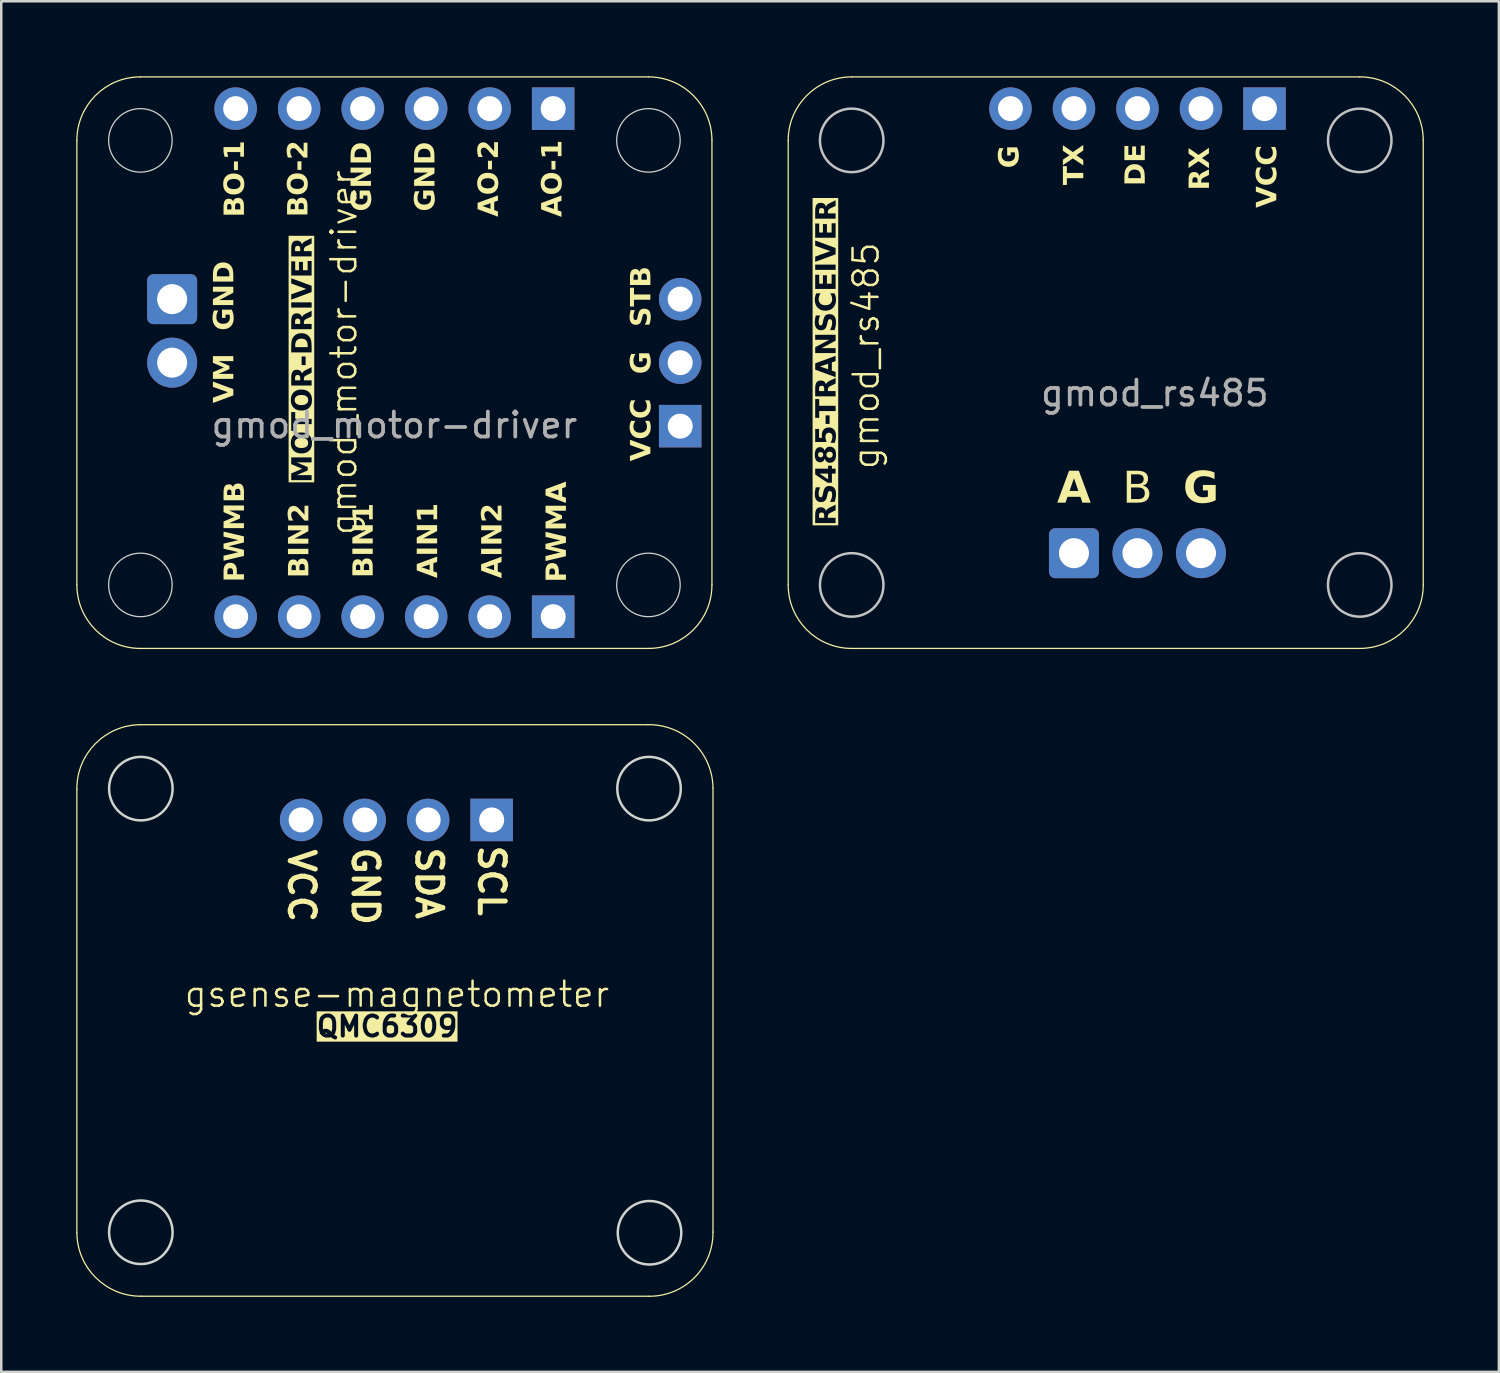
<source format=kicad_pcb>
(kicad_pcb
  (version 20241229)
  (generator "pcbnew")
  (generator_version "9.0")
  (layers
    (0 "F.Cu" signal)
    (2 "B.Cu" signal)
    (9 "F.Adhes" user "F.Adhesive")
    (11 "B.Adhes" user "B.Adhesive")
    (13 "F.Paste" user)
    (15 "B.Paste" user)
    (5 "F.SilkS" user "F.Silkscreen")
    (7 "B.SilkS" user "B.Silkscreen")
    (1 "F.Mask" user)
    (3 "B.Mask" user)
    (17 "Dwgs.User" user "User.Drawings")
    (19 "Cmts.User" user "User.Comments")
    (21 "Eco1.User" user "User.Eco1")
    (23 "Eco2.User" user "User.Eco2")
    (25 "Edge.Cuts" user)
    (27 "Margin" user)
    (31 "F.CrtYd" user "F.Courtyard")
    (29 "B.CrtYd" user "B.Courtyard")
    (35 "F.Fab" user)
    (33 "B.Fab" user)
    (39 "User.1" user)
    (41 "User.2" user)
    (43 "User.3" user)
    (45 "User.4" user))
  (footprint "gmod_motor-driver"
    (layer "F.Cu")
    (at 12.725 11.455)
    (property "Reference" "gmod_motor-driver" (at -2.025 -0.4 90) (unlocked yes) (layer "F.SilkS") (effects (font (size 1 1) (thickness 0.1))))
    (attr smd)
    (fp_line (start -12.7 -8.89) (end -12.7 8.89) (stroke (width 0.05) (type solid)) (layer "F.SilkS"))
    (fp_line (start -10.16 -11.43) (end 10.16 -11.43) (stroke (width 0.05) (type solid)) (layer "F.SilkS"))
    (fp_line (start -10.16 11.43) (end 10.16 11.43) (stroke (width 0.05) (type solid)) (layer "F.SilkS"))
    (fp_line (start 12.7 8.89) (end 12.7 -8.89) (stroke (width 0.05) (type solid)) (layer "F.SilkS"))
    (fp_arc (start -12.7 -8.89) (mid -11.956051 -10.686051) (end -10.16 -11.43) (stroke (width 0.05) (type solid)) (layer "F.SilkS"))
    (fp_arc (start -10.16 11.43) (mid -11.956051 10.686051) (end -12.7 8.89) (stroke (width 0.05) (type solid)) (layer "F.SilkS"))
    (fp_arc (start 10.16 -11.43) (mid 11.956051 -10.686051) (end 12.7 -8.89) (stroke (width 0.05) (type solid)) (layer "F.SilkS"))
    (fp_arc (start 12.7 8.89) (mid 11.956051 10.686051) (end 10.16 11.43) (stroke (width 0.05) (type solid)) (layer "F.SilkS"))
    (fp_circle (center -10.16 -8.89) (end -10.16 -10.16) (stroke (width 0.05) (type default)) (fill no) (layer "Edge.Cuts"))
    (fp_circle (center -10.16 8.89) (end -10.16 7.62) (stroke (width 0.05) (type default)) (fill no) (layer "Edge.Cuts"))
    (fp_circle (center 10.16 -8.89) (end 10.16 -10.16) (stroke (width 0.05) (type default)) (fill no) (layer "Edge.Cuts"))
    (fp_circle (center 10.16 8.89) (end 10.16 7.62) (stroke (width 0.05) (type default)) (fill no) (layer "Edge.Cuts"))
    (fp_text user "BIN1" (at -1.199 7.112 90) (unlocked yes) (layer "F.SilkS") (effects (font (face "Lexend") (size 0.8 0.8) (thickness 0.16) (bold yes))))
    (fp_text user "GND" (at -1.27 -7.441 90) (unlocked yes) (layer "F.SilkS") (effects (font (face "Lexend") (size 0.8 0.8) (thickness 0.16) (bold yes))))
    (fp_text user "GND" (at -6.775 -2.675 90) (unlocked yes) (layer "F.SilkS") (effects (font (face "Lexend") (size 0.8 0.8) (thickness 0.16) (bold yes))))
    (fp_text user "VCC" (at 9.906 2.689 90) (unlocked yes) (layer "F.SilkS") (effects (font (face "Lexend") (size 0.8 0.8) (thickness 0.2) (bold yes))))
    (fp_text user "BIN2" (at -3.774 7.119 90) (unlocked yes) (layer "F.SilkS") (effects (font (face "Lexend") (size 0.8 0.8) (thickness 0.16) (bold yes))))
    (fp_text user "AIN2" (at 3.952 7.123 90) (unlocked yes) (layer "F.SilkS") (effects (font (face "Lexend") (size 0.8 0.8) (thickness 0.16) (bold yes))))
    (fp_text user "BO-1" (at -6.35 -7.351 90) (unlocked yes) (layer "F.SilkS") (effects (font (face "Lexend") (size 0.8 0.8) (thickness 0.16) (bold yes))))
    (fp_text user "MOTOR-DRIVER" (at -3.175 4.801 90) (unlocked yes) (layer "F.SilkS" knockout) (effects (font (face "Lexend") (size 0.8 0.8) (thickness 0.16) (bold yes)) (justify left bottom)))
    (fp_text user "G" (at 9.906 0 90) (unlocked yes) (layer "F.SilkS") (effects (font (face "Lexend") (size 0.8 0.8) (thickness 0.16) (bold yes))))
    (fp_text user "PWMB" (at -6.35 6.766 90) (unlocked yes) (layer "F.SilkS") (effects (font (face "Lexend") (size 0.8 0.8) (thickness 0.16) (bold yes))))
    (fp_text user "BO-2" (at -3.81 -7.358 90) (unlocked yes) (layer "F.SilkS") (effects (font (face "Lexend") (size 0.8 0.8) (thickness 0.16) (bold yes))))
    (fp_text user "PWMA" (at 6.528 6.77 90) (unlocked yes) (layer "F.SilkS") (effects (font (face "Lexend") (size 0.8 0.8) (thickness 0.16) (bold yes))))
    (fp_text user "GND" (at 1.27 -7.441 90) (unlocked yes) (layer "F.SilkS") (effects (font (face "Lexend") (size 0.8 0.8) (thickness 0.16) (bold yes))))
    (fp_text user "AO-2" (at 3.81 -7.373 90) (unlocked yes) (layer "F.SilkS") (effects (font (face "Lexend") (size 0.8 0.8) (thickness 0.16) (bold yes))))
    (fp_text user "AO-1" (at 6.35 -7.366 90) (unlocked yes) (layer "F.SilkS") (effects (font (face "Lexend") (size 0.8 0.8) (thickness 0.2) (bold yes))))
    (fp_text user "AIN1" (at 1.377 7.116 90) (unlocked yes) (layer "F.SilkS") (effects (font (face "Lexend") (size 0.8 0.8) (thickness 0.16) (bold yes))))
    (fp_text user "STB" (at 9.906 -2.645 90) (unlocked yes) (layer "F.SilkS") (effects (font (face "Lexend") (size 0.8 0.8) (thickness 0.16) (bold yes))))
    (fp_text user "VM" (at -6.775 0.627 90) (unlocked yes) (layer "F.SilkS") (effects (font (face "Lexend") (size 0.8 0.8) (thickness 0.16) (bold yes))))
    (fp_text user "${REFERENCE}" (at 0 2.5 0) (unlocked yes) (layer "F.Fab") (effects (font (size 1 1) (thickness 0.15))))
    (pad "1" thru_hole rect (at 6.35 -10.16 270) (size 1.7 1.7) (drill 1) (layers "*.Cu" "*.Mask"))
    (pad "2" thru_hole circle (at 3.81 -10.16 270) (size 1.7 1.7) (drill 1) (layers "*.Cu" "*.Mask"))
    (pad "3" thru_hole circle (at 1.27 -10.16 270) (size 1.7 1.7) (drill 1) (layers "*.Cu" "*.Mask"))
    (pad "4" thru_hole circle (at -1.27 -10.16 270) (size 1.7 1.7) (drill 1) (layers "*.Cu" "*.Mask"))
    (pad "5" thru_hole circle (at -3.81 -10.16 270) (size 1.7 1.7) (drill 1) (layers "*.Cu" "*.Mask"))
    (pad "6" thru_hole circle (at -6.35 -10.16 270) (size 1.7 1.7) (drill 1) (layers "*.Cu" "*.Mask"))
    (pad "7" thru_hole roundrect (at -8.89 -2.54 270) (size 2 2) (drill 1.2) (layers "*.Cu" "*.Mask") (roundrect_rratio 0.125))
    (pad "8" thru_hole circle (at -8.89 0 270) (size 2 2) (drill 1.2) (layers "*.Cu" "*.Mask"))
    (pad "9" thru_hole circle (at -6.35 10.16 270) (size 1.7 1.7) (drill 1) (layers "*.Cu" "*.Mask"))
    (pad "10" thru_hole circle (at -3.81 10.16 270) (size 1.7 1.7) (drill 1) (layers "*.Cu" "*.Mask"))
    (pad "11" thru_hole circle (at -1.27 10.16 270) (size 1.7 1.7) (drill 1) (layers "*.Cu" "*.Mask"))
    (pad "12" thru_hole circle (at 1.27 10.16 270) (size 1.7 1.7) (drill 1) (layers "*.Cu" "*.Mask"))
    (pad "13" thru_hole circle (at 3.81 10.16 270) (size 1.7 1.7) (drill 1) (layers "*.Cu" "*.Mask"))
    (pad "14" thru_hole rect (at 6.35 10.16 270) (size 1.7 1.7) (drill 1) (layers "*.Cu" "*.Mask"))
    (pad "15" thru_hole rect (at 11.43 2.54 180) (size 1.7 1.7) (drill 1) (layers "*.Cu" "*.Mask"))
    (pad "16" thru_hole circle (at 11.43 0 180) (size 1.7 1.7) (drill 1) (layers "*.Cu" "*.Mask"))
    (pad "17" thru_hole circle (at 11.43 -2.54 180) (size 1.7 1.7) (drill 1) (layers "*.Cu" "*.Mask")))
  (footprint "gsense-magnetometer"
    (layer "F.Cu")
    (at 12.741 37.365)
    (property "Reference" "gsense-magnetometer" (at 0.086 -0.65 0) (unlocked yes) (layer "F.SilkS") (effects (font (size 1 1) (thickness 0.1))))
    (attr smd)
    (fp_line (start -12.716 8.89) (end -12.716 -8.854) (stroke (width 0.05) (type solid)) (layer "F.SilkS"))
    (fp_line (start -10.176 -11.43) (end 10.122 -11.43) (stroke (width 0.05) (type solid)) (layer "F.SilkS"))
    (fp_line (start 10.162 11.43) (end -10.14 11.43) (stroke (width 0.05) (type solid)) (layer "F.SilkS"))
    (fp_line (start 12.726 8.866) (end 12.726 -8.89) (stroke (width 0.05) (type solid)) (layer "F.SilkS"))
    (fp_arc (start -12.716106 -8.853646) (mid -11.979694 -10.667623) (end -10.176365 -11.429739) (stroke (width 0.05) (type solid)) (layer "F.SilkS"))
    (fp_arc (start -10.140272 11.43) (mid -11.954289 10.693628) (end -12.716365 8.890259) (stroke (width 0.05) (type solid)) (layer "F.SilkS"))
    (fp_arc (start 10.121987 -11.429739) (mid 11.954287 -10.70345) (end 12.726403 -8.889998) (stroke (width 0.05) (type solid)) (layer "F.SilkS"))
    (fp_arc (start 12.726403 8.865584) (mid 11.982981 10.686578) (end 10.161987 11.43) (stroke (width 0.05) (type solid)) (layer "F.SilkS"))
    (fp_circle (center -10.158 8.872) (end -8.888 8.872) (stroke (width 0.1) (type solid)) (fill no) (layer "Edge.Cuts"))
    (fp_circle (center -10.158 -8.872) (end -8.888 -8.872) (stroke (width 0.1) (type solid)) (fill no) (layer "Edge.Cuts"))
    (fp_circle (center 10.168 -8.872) (end 11.438 -8.872) (stroke (width 0.1) (type solid)) (fill no) (layer "Edge.Cuts"))
    (fp_circle (center 10.188 8.891) (end 11.458 8.891) (stroke (width 0.1) (type solid)) (fill no) (layer "Edge.Cuts"))
    (fp_text user "GND" (at -1.764 -6.625 270) (unlocked yes) (layer "F.SilkS") (effects (font (size 1 1) (thickness 0.2) (bold yes)) (justify left bottom)))
    (fp_text user "VCC" (at -4.314 -6.55 270) (unlocked yes) (layer "F.SilkS") (effects (font (size 1 1) (thickness 0.2) (bold yes)) (justify left bottom)))
    (fp_text user "SDA" (at 0.786 -6.625 270) (unlocked yes) (layer "F.SilkS") (effects (font (size 1 1) (thickness 0.2) (bold yes)) (justify left bottom)))
    (fp_text user "SCL" (at 3.286 -6.7 270) (unlocked yes) (layer "F.SilkS") (effects (font (size 1 1) (thickness 0.2) (bold yes)) (justify left bottom)))
    (fp_text user "QMC6309\n" (at -0.309 1.11 0) (unlocked yes) (layer "F.SilkS" knockout) (effects (font (size 0.8 0.8) (thickness 0.16) (bold yes)) (justify bottom)))
    (pad "1" thru_hole rect (at 3.874 -7.62 270) (size 1.7 1.7) (drill 1) (layers "*.Cu" "*.Mask"))
    (pad "2" thru_hole circle (at 1.334 -7.62 270) (size 1.7 1.7) (drill 1) (layers "*.Cu" "*.Mask"))
    (pad "3" thru_hole circle (at -1.206 -7.62 270) (size 1.7 1.7) (drill 1) (layers "*.Cu" "*.Mask"))
    (pad "4" thru_hole circle (at -3.746 -7.62 270) (size 1.7 1.7) (drill 1) (layers "*.Cu" "*.Mask")))
  (footprint "gmod_rs485"
    (layer "F.Cu")
    (at 41.965 11.13)
    (property "Reference" "gmod_rs485" (at -10.375 0.05 90) (unlocked yes) (layer "F.SilkS") (effects (font (size 1 1) (thickness 0.1))))
    (attr smd)
    (fp_line (start -13.49 -8.565) (end -13.49 9.215) (stroke (width 0.05) (type solid)) (layer "F.SilkS"))
    (fp_line (start -10.95 -11.105) (end 9.37 -11.105) (stroke (width 0.05) (type solid)) (layer "F.SilkS"))
    (fp_line (start -10.95 11.755) (end 9.37 11.755) (stroke (width 0.05) (type solid)) (layer "F.SilkS"))
    (fp_line (start 11.91 9.215) (end 11.91 -8.565) (stroke (width 0.05) (type solid)) (layer "F.SilkS"))
    (fp_arc (start -13.49 -8.565) (mid -12.746051 -10.361051) (end -10.95 -11.105) (stroke (width 0.05) (type solid)) (layer "F.SilkS"))
    (fp_arc (start -10.95 11.755) (mid -12.746051 11.011051) (end -13.49 9.215) (stroke (width 0.05) (type solid)) (layer "F.SilkS"))
    (fp_arc (start 9.37 -11.105) (mid 11.166051 -10.361051) (end 11.91 -8.565) (stroke (width 0.05) (type solid)) (layer "F.SilkS"))
    (fp_arc (start 11.91 9.215) (mid 11.166051 11.011051) (end 9.37 11.755) (stroke (width 0.05) (type solid)) (layer "F.SilkS"))
    (fp_circle (center -10.95 -8.565) (end -9.68 -8.565) (stroke (width 0.1) (type default)) (fill no) (layer "Dwgs.User"))
    (fp_circle (center -10.95 9.215) (end -9.68 9.215) (stroke (width 0.1) (type default)) (fill no) (layer "Dwgs.User"))
    (fp_circle (center 9.37 -8.565) (end 10.64 -8.565) (stroke (width 0.1) (type default)) (fill no) (layer "Dwgs.User"))
    (fp_circle (center 9.37 9.215) (end 10.64 9.215) (stroke (width 0.1) (type default)) (fill no) (layer "Dwgs.User"))
    (fp_text user "DE" (at 0.44 -7.59 90) (unlocked yes) (layer "F.SilkS") (effects (font (face "Lexend") (size 0.8 0.8) (thickness 0.16) (bold yes))))
    (fp_text user "RS485-TRANSCEIVER" (at -11.458 0.325 90) (unlocked yes) (layer "F.SilkS" knockout) (effects (font (face "Lexend") (size 0.8 0.8) (thickness 0.16) (bold yes)) (justify bottom)))
    (fp_text user "RX" (at 3.007 -7.428 90) (unlocked yes) (layer "F.SilkS") (effects (font (face "Lexend") (size 0.8 0.8) (thickness 0.2) (bold yes))))
    (fp_text user "G" (at 3.02 5.405 0) (unlocked yes) (layer "F.SilkS") (effects (font (face "Lexend") (size 1.25 1.25) (thickness 0.25) (bold yes))))
    (fp_text user "B" (at 0.48 5.405 0) (unlocked yes) (layer "F.SilkS") (effects (font (face "Lexend") (size 1.25 1.25) (thickness 0.15))))
    (fp_text user "TX" (at -2.02 -7.59 90) (unlocked yes) (layer "F.SilkS") (effects (font (face "Lexend") (size 0.8 0.8) (thickness 0.16) (bold yes))))
    (fp_text user "G" (at -4.61 -7.91 90) (unlocked yes) (layer "F.SilkS") (effects (font (face "Lexend") (size 0.8 0.8) (thickness 0.16) (bold yes))))
    (fp_text user "VCC" (at 5.7 -7.12 90) (unlocked yes) (layer "F.SilkS") (effects (font (face "Lexend") (size 0.8 0.8) (thickness 0.2) (bold yes))))
    (fp_text user "A" (at -2.06 5.405 0) (unlocked yes) (layer "F.SilkS") (effects (font (face "Lexend") (size 1.25 1.25) (thickness 0.25) (bold yes))))
    (fp_text user "${REFERENCE}" (at 1.175 1.547 0) (unlocked yes) (layer "F.Fab") (effects (font (size 1 1) (thickness 0.15))))
    (pad "1" thru_hole rect (at 5.56 -9.835 270) (size 1.7 1.7) (drill 1) (layers "*.Cu" "*.Mask"))
    (pad "2" thru_hole circle (at 3.02 -9.835 270) (size 1.7 1.7) (drill 1) (layers "*.Cu" "*.Mask"))
    (pad "3" thru_hole circle (at 0.48 -9.835 270) (size 1.7 1.7) (drill 1) (layers "*.Cu" "*.Mask"))
    (pad "4" thru_hole circle (at -2.06 -9.835 270) (size 1.7 1.7) (drill 1) (layers "*.Cu" "*.Mask"))
    (pad "5" thru_hole circle (at -4.6 -9.835 270) (size 1.7 1.7) (drill 1) (layers "*.Cu" "*.Mask"))
    (pad "5" thru_hole roundrect (at -2.06 7.945) (size 2 2) (drill 1.2) (layers "*.Cu" "*.Mask") (roundrect_rratio 0.125))
    (pad "6" thru_hole circle (at 0.48 7.945) (size 2 2) (drill 1.2) (layers "*.Cu" "*.Mask"))
    (pad "7" thru_hole circle (at 3.02 7.945) (size 2 2) (drill 1.2) (layers "*.Cu" "*.Mask")))
  (gr_rect
    (start -3 -3)
    (end 56.9 51.82)
    (stroke (width 0.1) (type default))
    (fill no)
    (layer "Edge.Cuts")))
</source>
